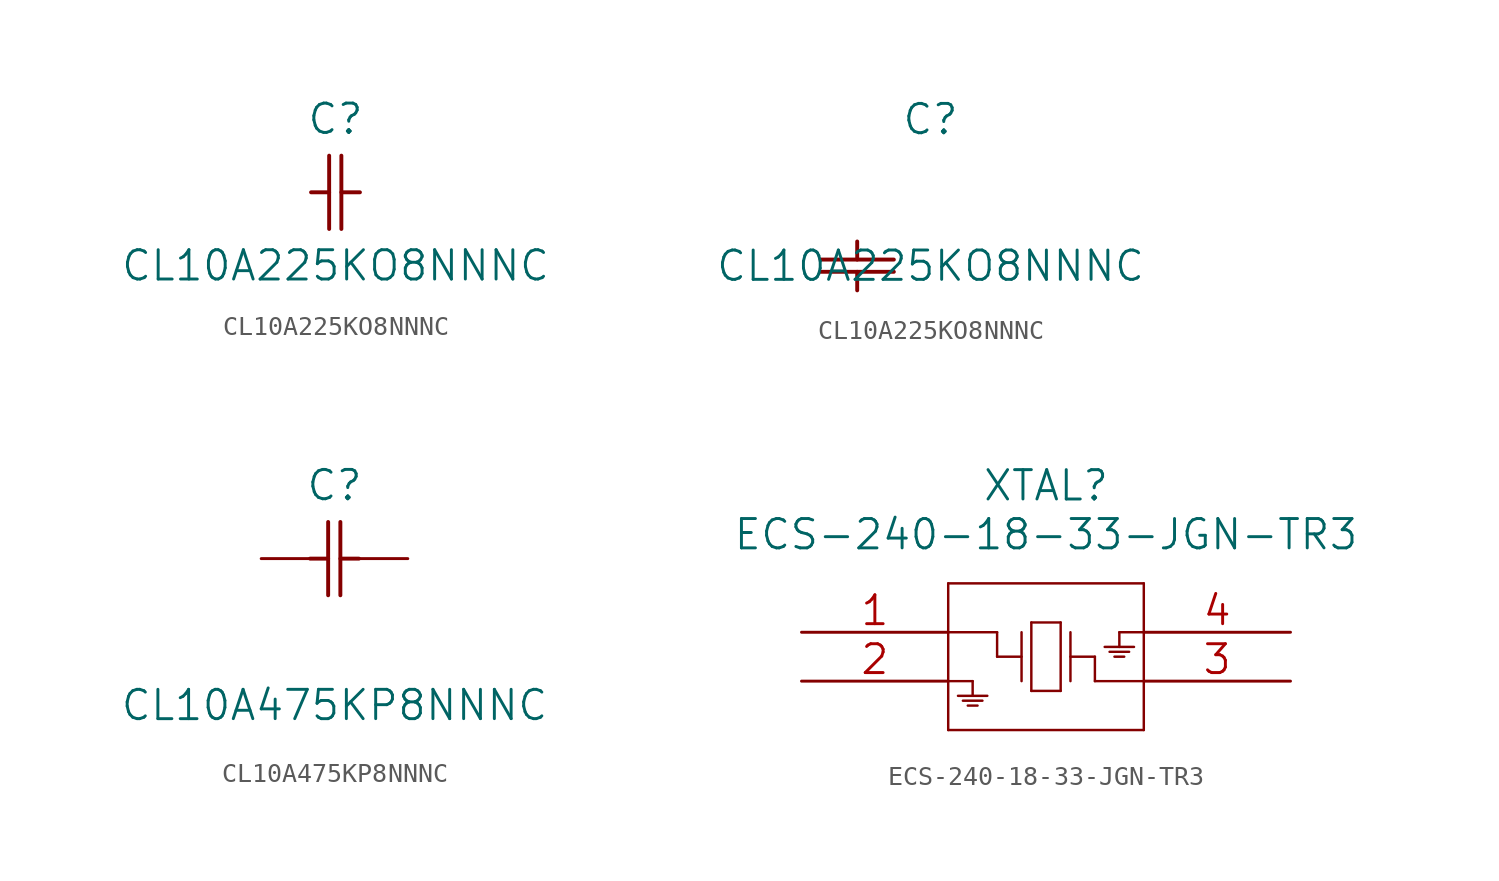
<source format=kicad_sym>
(kicad_symbol_lib
  (version 20211014)
  (generator kicad_symbol_editor)
  (symbol "CL10A225KO8NNNC"
    (pin_names
      (offset 0.254))
    (property "Reference" "C"
      (at 3.81 3.81 0)
      (effects (font (size 1.524 1.524))))
    (property "Value" "CL10A225KO8NNNC"
      (at 3.81 -3.81 0)
      (effects (font (size 1.524 1.524))))
    (property "ki_locked" ""
      (at 0 0 0)
      (effects (font (size 1.27 1.27))))
    (symbol "CL10A225KO8NNNC_1_1"
      (polyline (pts (xy 2.54 0) (xy 3.48 0)) (stroke (width 0.203) (type default) (color 0 0 0 0)) (fill (type none)))
      (polyline (pts (xy 3.48 -1.905) (xy 3.48 1.905)) (stroke (width 0.203) (type default) (color 0 0 0 0)) (fill (type none)))
      (polyline (pts (xy 4.115 -1.905) (xy 4.115 1.905)) (stroke (width 0.203) (type default) (color 0 0 0 0)) (fill (type none)))
      (polyline (pts (xy 4.115 0) (xy 5.08 0)) (stroke (width 0.203) (type default) (color 0 0 0 0)) (fill (type none))))
    (symbol "CL10A225KO8NNNC_1_2"
      (polyline (pts (xy -1.905 -4.115) (xy 1.905 -4.115)) (stroke (width 0.203) (type default) (color 0 0 0 0)) (fill (type none)))
      (polyline (pts (xy -1.905 -3.48) (xy 1.905 -3.48)) (stroke (width 0.203) (type default) (color 0 0 0 0)) (fill (type none)))
      (polyline (pts (xy 0 -4.115) (xy 0 -5.08)) (stroke (width 0.203) (type default) (color 0 0 0 0)) (fill (type none)))
      (polyline (pts (xy 0 -2.54) (xy 0 -3.48)) (stroke (width 0.203) (type default) (color 0 0 0 0)) (fill (type none)))))
  (symbol "CL10A475KP8NNNC"
    (pin_numbers hide)
    (pin_names
      (offset 1.651) hide)
    (property "Reference" "C"
      (at 3.81 3.81 0)
      (effects (font (size 1.524 1.524))))
    (property "Value" "CL10A475KP8NNNC"
      (at 3.81 -7.62 0)
      (effects (font (size 1.524 1.524))))
    (property "Datasheet" ""
      (at 0 0 0)
      (effects (font (size 1.524 1.524))))
    (property "ki_locked" ""
      (at 0 0 0)
      (effects (font (size 1.27 1.27))))
    (symbol "CL10A475KP8NNNC_1_1"
      (polyline (pts (xy 2.54 0) (xy 3.48 0)) (stroke (width 0.203) (type default) (color 0 0 0 0)) (fill (type none)))
      (polyline (pts (xy 3.48 -1.905) (xy 3.48 1.905)) (stroke (width 0.203) (type default) (color 0 0 0 0)) (fill (type none)))
      (polyline (pts (xy 4.115 -1.905) (xy 4.115 1.905)) (stroke (width 0.203) (type default) (color 0 0 0 0)) (fill (type none)))
      (polyline (pts (xy 4.115 0) (xy 5.08 0)) (stroke (width 0.203) (type default) (color 0 0 0 0)) (fill (type none)))
      (pin unspecified line (at 0 0 0) (length 2.54) (name "1" (effects (font (size 1.499 1.499)))) (number "1" (effects (font (size 1.499 1.499)))))
      (pin unspecified line (at 7.62 0 180) (length 2.54) (name "2" (effects (font (size 1.499 1.499)))) (number "2" (effects (font (size 1.499 1.499)))))))
  (symbol "ECS-240-18-33-JGN-TR3"
    (pin_names
      (offset 0.254) hide)
    (property "Reference" "XTAL"
      (at 12.7 7.62 0)
      (effects (font (size 1.524 1.524))))
    (property "Value" "ECS-240-18-33-JGN-TR3"
      (at 12.7 5.08 0)
      (effects (font (size 1.524 1.524))))
    (property "Datasheet" ""
      (at 0 0 0)
      (effects (font (size 1.524 1.524))))
    (property "ki_locked" ""
      (at 0 0 0)
      (effects (font (size 1.27 1.27))))
    (symbol "ECS-240-18-33-JGN-TR3_1_1"
      (polyline (pts (xy 7.62 -5.08) (xy 17.78 -5.08)) (stroke (width 0.127) (type default) (color 0 0 0 0)) (fill (type none)))
      (polyline (pts (xy 7.62 -2.54) (xy 8.89 -2.54)) (stroke (width 0.127) (type default) (color 0 0 0 0)) (fill (type none)))
      (polyline (pts (xy 7.62 2.54) (xy 7.62 -5.08)) (stroke (width 0.127) (type default) (color 0 0 0 0)) (fill (type none)))
      (polyline (pts (xy 8.128 -3.302) (xy 9.652 -3.302)) (stroke (width 0.127) (type default) (color 0 0 0 0)) (fill (type none)))
      (polyline (pts (xy 8.382 -3.556) (xy 9.398 -3.556)) (stroke (width 0.127) (type default) (color 0 0 0 0)) (fill (type none)))
      (polyline (pts (xy 8.636 -3.81) (xy 9.144 -3.81)) (stroke (width 0.127) (type default) (color 0 0 0 0)) (fill (type none)))
      (polyline (pts (xy 8.89 -2.54) (xy 8.89 -3.302)) (stroke (width 0.127) (type default) (color 0 0 0 0)) (fill (type none)))
      (polyline (pts (xy 10.16 -1.27) (xy 10.16 0)) (stroke (width 0.127) (type default) (color 0 0 0 0)) (fill (type none)))
      (polyline (pts (xy 10.16 0) (xy 7.62 0)) (stroke (width 0.127) (type default) (color 0 0 0 0)) (fill (type none)))
      (polyline (pts (xy 11.43 -1.27) (xy 10.16 -1.27)) (stroke (width 0.127) (type default) (color 0 0 0 0)) (fill (type none)))
      (polyline (pts (xy 11.43 0) (xy 11.43 -2.54)) (stroke (width 0.127) (type default) (color 0 0 0 0)) (fill (type none)))
      (polyline (pts (xy 11.938 -3.048) (xy 13.462 -3.048)) (stroke (width 0.127) (type default) (color 0 0 0 0)) (fill (type none)))
      (polyline (pts (xy 11.938 0.508) (xy 11.938 -3.048)) (stroke (width 0.127) (type default) (color 0 0 0 0)) (fill (type none)))
      (polyline (pts (xy 13.462 -3.048) (xy 13.462 0.508)) (stroke (width 0.127) (type default) (color 0 0 0 0)) (fill (type none)))
      (polyline (pts (xy 13.462 0.508) (xy 11.938 0.508)) (stroke (width 0.127) (type default) (color 0 0 0 0)) (fill (type none)))
      (polyline (pts (xy 13.97 -1.27) (xy 15.24 -1.27)) (stroke (width 0.127) (type default) (color 0 0 0 0)) (fill (type none)))
      (polyline (pts (xy 13.97 0) (xy 13.97 -2.54)) (stroke (width 0.127) (type default) (color 0 0 0 0)) (fill (type none)))
      (polyline (pts (xy 15.24 -2.54) (xy 17.78 -2.54)) (stroke (width 0.127) (type default) (color 0 0 0 0)) (fill (type none)))
      (polyline (pts (xy 15.24 -1.27) (xy 15.24 -2.54)) (stroke (width 0.127) (type default) (color 0 0 0 0)) (fill (type none)))
      (polyline (pts (xy 16.51 0) (xy 16.51 -0.762)) (stroke (width 0.127) (type default) (color 0 0 0 0)) (fill (type none)))
      (polyline (pts (xy 16.764 -1.27) (xy 16.256 -1.27)) (stroke (width 0.127) (type default) (color 0 0 0 0)) (fill (type none)))
      (polyline (pts (xy 17.018 -1.016) (xy 16.002 -1.016)) (stroke (width 0.127) (type default) (color 0 0 0 0)) (fill (type none)))
      (polyline (pts (xy 17.272 -0.762) (xy 15.748 -0.762)) (stroke (width 0.127) (type default) (color 0 0 0 0)) (fill (type none)))
      (polyline (pts (xy 17.78 -5.08) (xy 17.78 2.54)) (stroke (width 0.127) (type default) (color 0 0 0 0)) (fill (type none)))
      (polyline (pts (xy 17.78 0) (xy 16.51 0)) (stroke (width 0.127) (type default) (color 0 0 0 0)) (fill (type none)))
      (polyline (pts (xy 17.78 2.54) (xy 7.62 2.54)) (stroke (width 0.127) (type default) (color 0 0 0 0)) (fill (type none)))
      (pin unspecified line (at 0 0 0) (length 7.62) (name "IN/OUT" (effects (font (size 1.499 1.499)))) (number "1" (effects (font (size 1.499 1.499)))))
      (pin unspecified line (at 0 -2.54 0) (length 7.62) (name "GND" (effects (font (size 1.499 1.499)))) (number "2" (effects (font (size 1.499 1.499)))))
      (pin unspecified line (at 25.4 -2.54 180) (length 7.62) (name "OUT/IN" (effects (font (size 1.499 1.499)))) (number "3" (effects (font (size 1.499 1.499)))))
      (pin unspecified line (at 25.4 0 180) (length 7.62) (name "GND" (effects (font (size 1.499 1.499)))) (number "4" (effects (font (size 1.499 1.499))))))))
</source>
